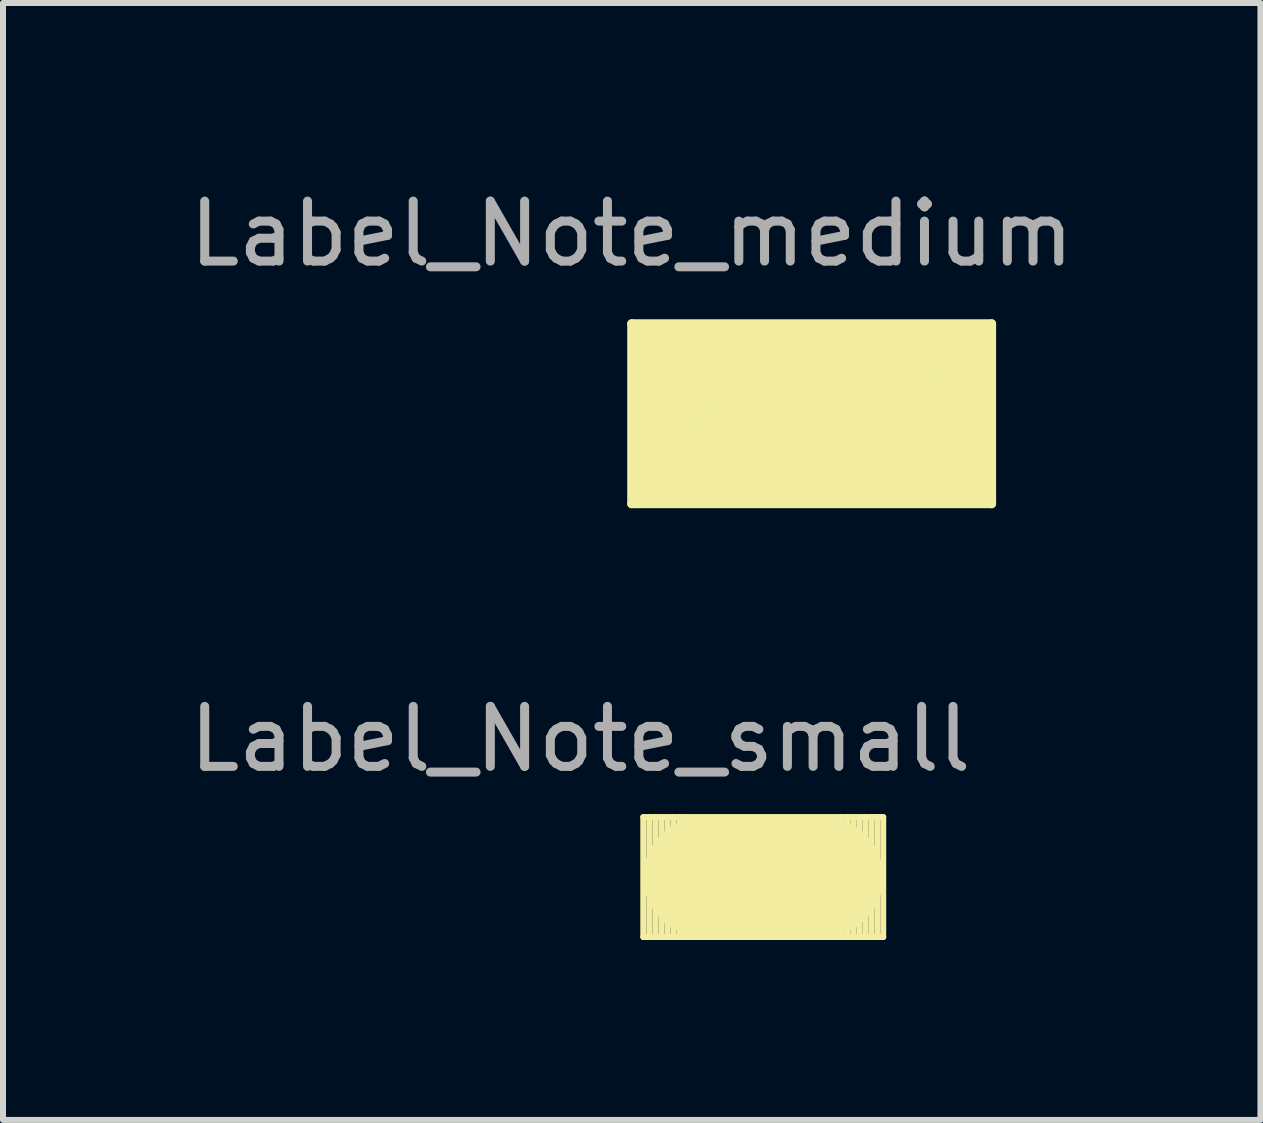
<source format=kicad_pcb>
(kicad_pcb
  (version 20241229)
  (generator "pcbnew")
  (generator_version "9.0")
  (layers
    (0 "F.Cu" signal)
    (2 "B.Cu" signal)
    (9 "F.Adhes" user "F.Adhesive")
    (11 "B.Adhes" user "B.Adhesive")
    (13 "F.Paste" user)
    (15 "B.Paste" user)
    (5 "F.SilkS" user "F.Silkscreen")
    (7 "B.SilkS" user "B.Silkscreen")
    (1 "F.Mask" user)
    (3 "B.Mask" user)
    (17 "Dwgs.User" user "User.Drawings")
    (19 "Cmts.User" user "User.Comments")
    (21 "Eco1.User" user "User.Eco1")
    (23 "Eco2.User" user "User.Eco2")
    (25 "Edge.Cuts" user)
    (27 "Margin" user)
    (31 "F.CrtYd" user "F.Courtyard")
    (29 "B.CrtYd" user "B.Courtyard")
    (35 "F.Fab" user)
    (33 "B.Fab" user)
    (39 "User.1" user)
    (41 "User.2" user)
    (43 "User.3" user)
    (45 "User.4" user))
  (footprint "Label_Note_medium"
    (layer "F.Cu")
    (at 7.482 3.848)
    (property "Reference" "Label_Note_medium" (at 0 -3 0) (layer "F.Fab") (effects (font (size 1 1) (thickness 0.15))))
    (attr through_hole)
    (fp_line (start 0 -1.5) (end 6 -1.5) (stroke (width 0.15) (type solid)) (layer "F.SilkS"))
    (fp_line (start 0 1.5) (end 0 -1.5) (stroke (width 0.15) (type solid)) (layer "F.SilkS"))
    (fp_line (start 0.2 -1.3) (end 5.8 -1.3) (stroke (width 0.5) (type solid)) (layer "F.SilkS"))
    (fp_line (start 0.2 1.3) (end 0.2 -1.3) (stroke (width 0.5) (type solid)) (layer "F.SilkS"))
    (fp_line (start 0.6 -0.9) (end 5.4 -0.9) (stroke (width 0.5) (type solid)) (layer "F.SilkS"))
    (fp_line (start 0.6 -0.5) (end 5 -0.5) (stroke (width 0.5) (type solid)) (layer "F.SilkS"))
    (fp_line (start 0.6 0.9) (end 0.6 -0.5) (stroke (width 0.5) (type solid)) (layer "F.SilkS"))
    (fp_line (start 1 -0.1) (end 4.6 -0.1) (stroke (width 0.5) (type solid)) (layer "F.SilkS"))
    (fp_line (start 1 0.5) (end 1 -0.1) (stroke (width 0.5) (type solid)) (layer "F.SilkS"))
    (fp_line (start 4.6 -0.1) (end 4.6 0.2) (stroke (width 0.5) (type solid)) (layer "F.SilkS"))
    (fp_line (start 4.6 0.2) (end 1.4 0.2) (stroke (width 0.5) (type solid)) (layer "F.SilkS"))
    (fp_line (start 5 -0.5) (end 5 0.5) (stroke (width 0.5) (type solid)) (layer "F.SilkS"))
    (fp_line (start 5 0.5) (end 1 0.5) (stroke (width 0.5) (type solid)) (layer "F.SilkS"))
    (fp_line (start 5.4 -0.9) (end 5.4 0.9) (stroke (width 0.5) (type solid)) (layer "F.SilkS"))
    (fp_line (start 5.4 0.9) (end 0.6 0.9) (stroke (width 0.5) (type solid)) (layer "F.SilkS"))
    (fp_line (start 5.8 -1.3) (end 5.8 1.3) (stroke (width 0.5) (type solid)) (layer "F.SilkS"))
    (fp_line (start 5.8 1.3) (end 0.2 1.3) (stroke (width 0.5) (type solid)) (layer "F.SilkS"))
    (fp_line (start 6 -1.5) (end 6 1.5) (stroke (width 0.15) (type solid)) (layer "F.SilkS"))
    (fp_line (start 6 1.5) (end 0 1.5) (stroke (width 0.15) (type solid)) (layer "F.SilkS")))
  (footprint "Label_Note_small"
    (layer "F.Cu")
    (at 6.675 11.572)
    (property "Reference" "Label_Note_small" (at -0.05 -2.3 0) (layer "F.Fab") (effects (font (size 1 1) (thickness 0.15))))
    (attr through_hole)
    (fp_line (start 1 -1) (end 5 -1) (stroke (width 0.1) (type solid)) (layer "F.SilkS"))
    (fp_line (start 1 1) (end 1 -1) (stroke (width 0.1) (type solid)) (layer "F.SilkS"))
    (fp_line (start 1.1 1) (end 1.1 -1) (stroke (width 0.1) (type solid)) (layer "F.SilkS"))
    (fp_line (start 1.2 -1) (end 1.2 1) (stroke (width 0.1) (type solid)) (layer "F.SilkS"))
    (fp_line (start 1.3 1) (end 1.3 -1) (stroke (width 0.1) (type solid)) (layer "F.SilkS"))
    (fp_line (start 1.4 -1) (end 1.4 1) (stroke (width 0.1) (type solid)) (layer "F.SilkS"))
    (fp_line (start 1.5 1) (end 1.5 -1) (stroke (width 0.1) (type solid)) (layer "F.SilkS"))
    (fp_line (start 1.6 -1) (end 1.6 1) (stroke (width 0.1) (type solid)) (layer "F.SilkS"))
    (fp_line (start 1.7 1) (end 1.7 -1) (stroke (width 0.1) (type solid)) (layer "F.SilkS"))
    (fp_line (start 2 0) (end 4 0) (stroke (width 2) (type solid)) (layer "F.SilkS"))
    (fp_line (start 4.3 -1) (end 4.3 1) (stroke (width 0.1) (type solid)) (layer "F.SilkS"))
    (fp_line (start 4.4 1) (end 4.4 -1) (stroke (width 0.1) (type solid)) (layer "F.SilkS"))
    (fp_line (start 4.5 -1) (end 4.5 1) (stroke (width 0.1) (type solid)) (layer "F.SilkS"))
    (fp_line (start 4.6 1) (end 4.6 -1) (stroke (width 0.1) (type solid)) (layer "F.SilkS"))
    (fp_line (start 4.7 -1) (end 4.7 1) (stroke (width 0.1) (type solid)) (layer "F.SilkS"))
    (fp_line (start 4.8 -1) (end 4.9 -1) (stroke (width 0.1) (type solid)) (layer "F.SilkS"))
    (fp_line (start 4.8 1) (end 4.8 -1) (stroke (width 0.1) (type solid)) (layer "F.SilkS"))
    (fp_line (start 4.9 -1) (end 4.9 1) (stroke (width 0.1) (type solid)) (layer "F.SilkS"))
    (fp_line (start 5 -1) (end 5 1) (stroke (width 0.1) (type solid)) (layer "F.SilkS"))
    (fp_line (start 5 1) (end 1 1) (stroke (width 0.1) (type solid)) (layer "F.SilkS")))
  (gr_rect
    (start -3 -3)
    (end 17.964 15.621)
    (stroke (width 0.1) (type default))
    (fill no)
    (layer "Edge.Cuts")))
</source>
